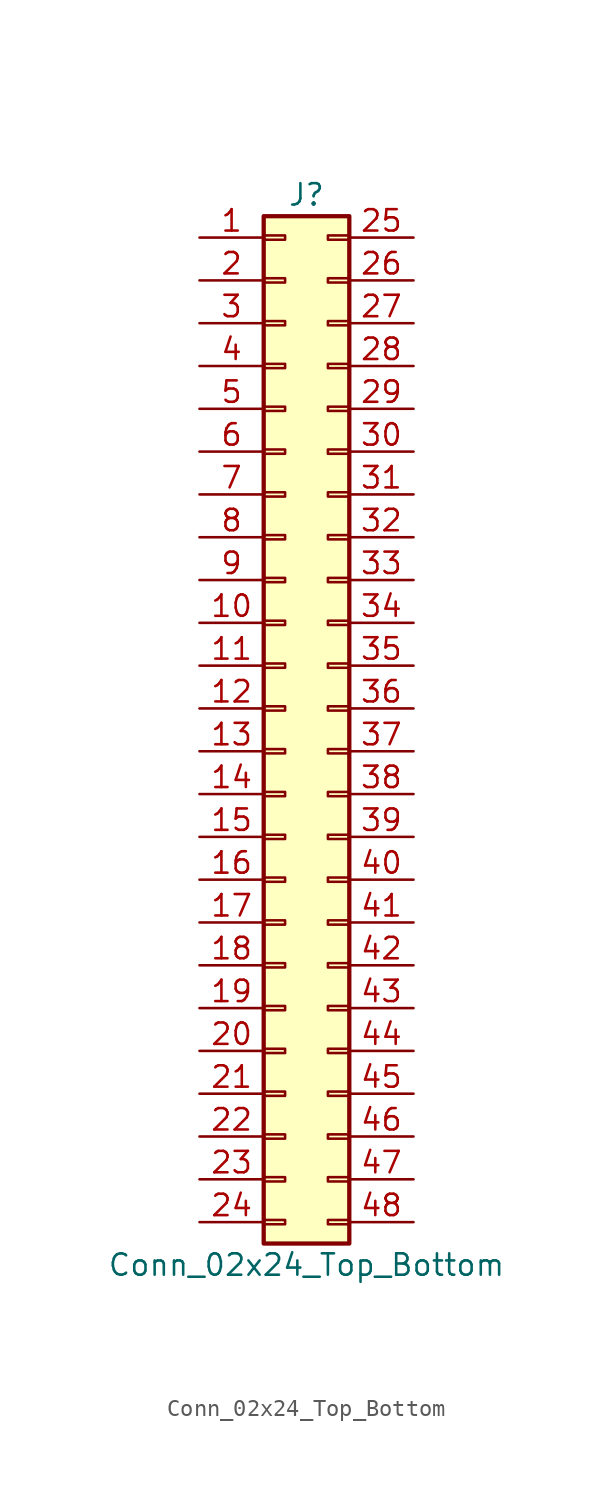
<source format=kicad_sym>
(kicad_symbol_lib
  (version 20201005)
  (generator kicad_symbol_editor)
  (symbol "Connector_Generic:Conn_02x24_Top_Bottom"
    (pin_names
      (offset 1.016) hide)
    (property "Reference" "J"
      (at 1.27 30.48 0)
      (effects (font (size 1.27 1.27))))
    (property "Value" "Conn_02x24_Top_Bottom"
      (at 1.27 -33.02 0)
      (effects (font (size 1.27 1.27))))
    (symbol "Conn_02x24_Top_Bottom_1_1"
      (rectangle (start -1.27 -27.813) (end 0 -28.067) (stroke (width 0.152)) (fill (type none)))
      (rectangle (start -1.27 -30.353) (end 0 -30.607) (stroke (width 0.152)) (fill (type none)))
      (rectangle (start -1.27 -4.953) (end 0 -5.207) (stroke (width 0.152)) (fill (type none)))
      (rectangle (start -1.27 -7.493) (end 0 -7.747) (stroke (width 0.152)) (fill (type none)))
      (rectangle (start -1.27 -10.033) (end 0 -10.287) (stroke (width 0.152)) (fill (type none)))
      (rectangle (start -1.27 -12.573) (end 0 -12.827) (stroke (width 0.152)) (fill (type none)))
      (rectangle (start -1.27 -15.113) (end 0 -15.367) (stroke (width 0.152)) (fill (type none)))
      (rectangle (start -1.27 -17.653) (end 0 -17.907) (stroke (width 0.152)) (fill (type none)))
      (rectangle (start -1.27 -20.193) (end 0 -20.447) (stroke (width 0.152)) (fill (type none)))
      (rectangle (start -1.27 -22.733) (end 0 -22.987) (stroke (width 0.152)) (fill (type none)))
      (rectangle (start -1.27 -2.413) (end 0 -2.667) (stroke (width 0.152)) (fill (type none)))
      (rectangle (start -1.27 -25.273) (end 0 -25.527) (stroke (width 0.152)) (fill (type none)))
      (rectangle (start -1.27 25.527) (end 0 25.273) (stroke (width 0.152)) (fill (type none)))
      (rectangle (start -1.27 2.667) (end 0 2.413) (stroke (width 0.152)) (fill (type none)))
      (rectangle (start -1.27 28.067) (end 0 27.813) (stroke (width 0.152)) (fill (type none)))
      (rectangle (start -1.27 29.21) (end 3.81 -31.75) (stroke (width 0.254)) (fill (type background)))
      (rectangle (start -1.27 5.207) (end 0 4.953) (stroke (width 0.152)) (fill (type none)))
      (rectangle (start -1.27 7.747) (end 0 7.493) (stroke (width 0.152)) (fill (type none)))
      (rectangle (start -1.27 10.287) (end 0 10.033) (stroke (width 0.152)) (fill (type none)))
      (rectangle (start -1.27 0.127) (end 0 -0.127) (stroke (width 0.152)) (fill (type none)))
      (rectangle (start -1.27 12.827) (end 0 12.573) (stroke (width 0.152)) (fill (type none)))
      (rectangle (start -1.27 15.367) (end 0 15.113) (stroke (width 0.152)) (fill (type none)))
      (rectangle (start -1.27 17.907) (end 0 17.653) (stroke (width 0.152)) (fill (type none)))
      (rectangle (start -1.27 20.447) (end 0 20.193) (stroke (width 0.152)) (fill (type none)))
      (rectangle (start -1.27 22.987) (end 0 22.733) (stroke (width 0.152)) (fill (type none)))
      (rectangle (start 3.81 -27.813) (end 2.54 -28.067) (stroke (width 0.152)) (fill (type none)))
      (rectangle (start 3.81 -30.353) (end 2.54 -30.607) (stroke (width 0.152)) (fill (type none)))
      (rectangle (start 3.81 -4.953) (end 2.54 -5.207) (stroke (width 0.152)) (fill (type none)))
      (rectangle (start 3.81 -7.493) (end 2.54 -7.747) (stroke (width 0.152)) (fill (type none)))
      (rectangle (start 3.81 -10.033) (end 2.54 -10.287) (stroke (width 0.152)) (fill (type none)))
      (rectangle (start 3.81 -12.573) (end 2.54 -12.827) (stroke (width 0.152)) (fill (type none)))
      (rectangle (start 3.81 -15.113) (end 2.54 -15.367) (stroke (width 0.152)) (fill (type none)))
      (rectangle (start 3.81 -17.653) (end 2.54 -17.907) (stroke (width 0.152)) (fill (type none)))
      (rectangle (start 3.81 -20.193) (end 2.54 -20.447) (stroke (width 0.152)) (fill (type none)))
      (rectangle (start 3.81 -22.733) (end 2.54 -22.987) (stroke (width 0.152)) (fill (type none)))
      (rectangle (start 3.81 -2.413) (end 2.54 -2.667) (stroke (width 0.152)) (fill (type none)))
      (rectangle (start 3.81 -25.273) (end 2.54 -25.527) (stroke (width 0.152)) (fill (type none)))
      (rectangle (start 3.81 25.527) (end 2.54 25.273) (stroke (width 0.152)) (fill (type none)))
      (rectangle (start 3.81 2.667) (end 2.54 2.413) (stroke (width 0.152)) (fill (type none)))
      (rectangle (start 3.81 28.067) (end 2.54 27.813) (stroke (width 0.152)) (fill (type none)))
      (rectangle (start 3.81 5.207) (end 2.54 4.953) (stroke (width 0.152)) (fill (type none)))
      (rectangle (start 3.81 7.747) (end 2.54 7.493) (stroke (width 0.152)) (fill (type none)))
      (rectangle (start 3.81 10.287) (end 2.54 10.033) (stroke (width 0.152)) (fill (type none)))
      (rectangle (start 3.81 0.127) (end 2.54 -0.127) (stroke (width 0.152)) (fill (type none)))
      (rectangle (start 3.81 12.827) (end 2.54 12.573) (stroke (width 0.152)) (fill (type none)))
      (rectangle (start 3.81 15.367) (end 2.54 15.113) (stroke (width 0.152)) (fill (type none)))
      (rectangle (start 3.81 17.907) (end 2.54 17.653) (stroke (width 0.152)) (fill (type none)))
      (rectangle (start 3.81 20.447) (end 2.54 20.193) (stroke (width 0.152)) (fill (type none)))
      (rectangle (start 3.81 22.987) (end 2.54 22.733) (stroke (width 0.152)) (fill (type none)))
      (pin passive line (at -5.08 27.94 0) (length 3.81) (name "Pin_1" (effects (font (size 1.27 1.27)))) (number "1" (effects (font (size 1.27 1.27)))))
      (pin passive line (at -5.08 5.08 0) (length 3.81) (name "Pin_10" (effects (font (size 1.27 1.27)))) (number "10" (effects (font (size 1.27 1.27)))))
      (pin passive line (at -5.08 2.54 0) (length 3.81) (name "Pin_11" (effects (font (size 1.27 1.27)))) (number "11" (effects (font (size 1.27 1.27)))))
      (pin passive line (at -5.08 0 0) (length 3.81) (name "Pin_12" (effects (font (size 1.27 1.27)))) (number "12" (effects (font (size 1.27 1.27)))))
      (pin passive line (at -5.08 -2.54 0) (length 3.81) (name "Pin_13" (effects (font (size 1.27 1.27)))) (number "13" (effects (font (size 1.27 1.27)))))
      (pin passive line (at -5.08 -5.08 0) (length 3.81) (name "Pin_14" (effects (font (size 1.27 1.27)))) (number "14" (effects (font (size 1.27 1.27)))))
      (pin passive line (at -5.08 -7.62 0) (length 3.81) (name "Pin_15" (effects (font (size 1.27 1.27)))) (number "15" (effects (font (size 1.27 1.27)))))
      (pin passive line (at -5.08 -10.16 0) (length 3.81) (name "Pin_16" (effects (font (size 1.27 1.27)))) (number "16" (effects (font (size 1.27 1.27)))))
      (pin passive line (at -5.08 -12.7 0) (length 3.81) (name "Pin_17" (effects (font (size 1.27 1.27)))) (number "17" (effects (font (size 1.27 1.27)))))
      (pin passive line (at -5.08 -15.24 0) (length 3.81) (name "Pin_18" (effects (font (size 1.27 1.27)))) (number "18" (effects (font (size 1.27 1.27)))))
      (pin passive line (at -5.08 -17.78 0) (length 3.81) (name "Pin_19" (effects (font (size 1.27 1.27)))) (number "19" (effects (font (size 1.27 1.27)))))
      (pin passive line (at -5.08 25.4 0) (length 3.81) (name "Pin_2" (effects (font (size 1.27 1.27)))) (number "2" (effects (font (size 1.27 1.27)))))
      (pin passive line (at -5.08 -20.32 0) (length 3.81) (name "Pin_20" (effects (font (size 1.27 1.27)))) (number "20" (effects (font (size 1.27 1.27)))))
      (pin passive line (at -5.08 -22.86 0) (length 3.81) (name "Pin_21" (effects (font (size 1.27 1.27)))) (number "21" (effects (font (size 1.27 1.27)))))
      (pin passive line (at -5.08 -25.4 0) (length 3.81) (name "Pin_22" (effects (font (size 1.27 1.27)))) (number "22" (effects (font (size 1.27 1.27)))))
      (pin passive line (at -5.08 -27.94 0) (length 3.81) (name "Pin_23" (effects (font (size 1.27 1.27)))) (number "23" (effects (font (size 1.27 1.27)))))
      (pin passive line (at -5.08 -30.48 0) (length 3.81) (name "Pin_24" (effects (font (size 1.27 1.27)))) (number "24" (effects (font (size 1.27 1.27)))))
      (pin passive line (at 7.62 27.94 180) (length 3.81) (name "Pin_25" (effects (font (size 1.27 1.27)))) (number "25" (effects (font (size 1.27 1.27)))))
      (pin passive line (at 7.62 25.4 180) (length 3.81) (name "Pin_26" (effects (font (size 1.27 1.27)))) (number "26" (effects (font (size 1.27 1.27)))))
      (pin passive line (at 7.62 22.86 180) (length 3.81) (name "Pin_27" (effects (font (size 1.27 1.27)))) (number "27" (effects (font (size 1.27 1.27)))))
      (pin passive line (at 7.62 20.32 180) (length 3.81) (name "Pin_28" (effects (font (size 1.27 1.27)))) (number "28" (effects (font (size 1.27 1.27)))))
      (pin passive line (at 7.62 17.78 180) (length 3.81) (name "Pin_29" (effects (font (size 1.27 1.27)))) (number "29" (effects (font (size 1.27 1.27)))))
      (pin passive line (at -5.08 22.86 0) (length 3.81) (name "Pin_3" (effects (font (size 1.27 1.27)))) (number "3" (effects (font (size 1.27 1.27)))))
      (pin passive line (at 7.62 15.24 180) (length 3.81) (name "Pin_30" (effects (font (size 1.27 1.27)))) (number "30" (effects (font (size 1.27 1.27)))))
      (pin passive line (at 7.62 12.7 180) (length 3.81) (name "Pin_31" (effects (font (size 1.27 1.27)))) (number "31" (effects (font (size 1.27 1.27)))))
      (pin passive line (at 7.62 10.16 180) (length 3.81) (name "Pin_32" (effects (font (size 1.27 1.27)))) (number "32" (effects (font (size 1.27 1.27)))))
      (pin passive line (at 7.62 7.62 180) (length 3.81) (name "Pin_33" (effects (font (size 1.27 1.27)))) (number "33" (effects (font (size 1.27 1.27)))))
      (pin passive line (at 7.62 5.08 180) (length 3.81) (name "Pin_34" (effects (font (size 1.27 1.27)))) (number "34" (effects (font (size 1.27 1.27)))))
      (pin passive line (at 7.62 2.54 180) (length 3.81) (name "Pin_35" (effects (font (size 1.27 1.27)))) (number "35" (effects (font (size 1.27 1.27)))))
      (pin passive line (at 7.62 0 180) (length 3.81) (name "Pin_36" (effects (font (size 1.27 1.27)))) (number "36" (effects (font (size 1.27 1.27)))))
      (pin passive line (at 7.62 -2.54 180) (length 3.81) (name "Pin_37" (effects (font (size 1.27 1.27)))) (number "37" (effects (font (size 1.27 1.27)))))
      (pin passive line (at 7.62 -5.08 180) (length 3.81) (name "Pin_38" (effects (font (size 1.27 1.27)))) (number "38" (effects (font (size 1.27 1.27)))))
      (pin passive line (at 7.62 -7.62 180) (length 3.81) (name "Pin_39" (effects (font (size 1.27 1.27)))) (number "39" (effects (font (size 1.27 1.27)))))
      (pin passive line (at -5.08 20.32 0) (length 3.81) (name "Pin_4" (effects (font (size 1.27 1.27)))) (number "4" (effects (font (size 1.27 1.27)))))
      (pin passive line (at 7.62 -10.16 180) (length 3.81) (name "Pin_40" (effects (font (size 1.27 1.27)))) (number "40" (effects (font (size 1.27 1.27)))))
      (pin passive line (at 7.62 -12.7 180) (length 3.81) (name "Pin_41" (effects (font (size 1.27 1.27)))) (number "41" (effects (font (size 1.27 1.27)))))
      (pin passive line (at 7.62 -15.24 180) (length 3.81) (name "Pin_42" (effects (font (size 1.27 1.27)))) (number "42" (effects (font (size 1.27 1.27)))))
      (pin passive line (at 7.62 -17.78 180) (length 3.81) (name "Pin_43" (effects (font (size 1.27 1.27)))) (number "43" (effects (font (size 1.27 1.27)))))
      (pin passive line (at 7.62 -20.32 180) (length 3.81) (name "Pin_44" (effects (font (size 1.27 1.27)))) (number "44" (effects (font (size 1.27 1.27)))))
      (pin passive line (at 7.62 -22.86 180) (length 3.81) (name "Pin_45" (effects (font (size 1.27 1.27)))) (number "45" (effects (font (size 1.27 1.27)))))
      (pin passive line (at 7.62 -25.4 180) (length 3.81) (name "Pin_46" (effects (font (size 1.27 1.27)))) (number "46" (effects (font (size 1.27 1.27)))))
      (pin passive line (at 7.62 -27.94 180) (length 3.81) (name "Pin_47" (effects (font (size 1.27 1.27)))) (number "47" (effects (font (size 1.27 1.27)))))
      (pin passive line (at 7.62 -30.48 180) (length 3.81) (name "Pin_48" (effects (font (size 1.27 1.27)))) (number "48" (effects (font (size 1.27 1.27)))))
      (pin passive line (at -5.08 17.78 0) (length 3.81) (name "Pin_5" (effects (font (size 1.27 1.27)))) (number "5" (effects (font (size 1.27 1.27)))))
      (pin passive line (at -5.08 15.24 0) (length 3.81) (name "Pin_6" (effects (font (size 1.27 1.27)))) (number "6" (effects (font (size 1.27 1.27)))))
      (pin passive line (at -5.08 12.7 0) (length 3.81) (name "Pin_7" (effects (font (size 1.27 1.27)))) (number "7" (effects (font (size 1.27 1.27)))))
      (pin passive line (at -5.08 10.16 0) (length 3.81) (name "Pin_8" (effects (font (size 1.27 1.27)))) (number "8" (effects (font (size 1.27 1.27)))))
      (pin passive line (at -5.08 7.62 0) (length 3.81) (name "Pin_9" (effects (font (size 1.27 1.27)))) (number "9" (effects (font (size 1.27 1.27))))))))
</source>
